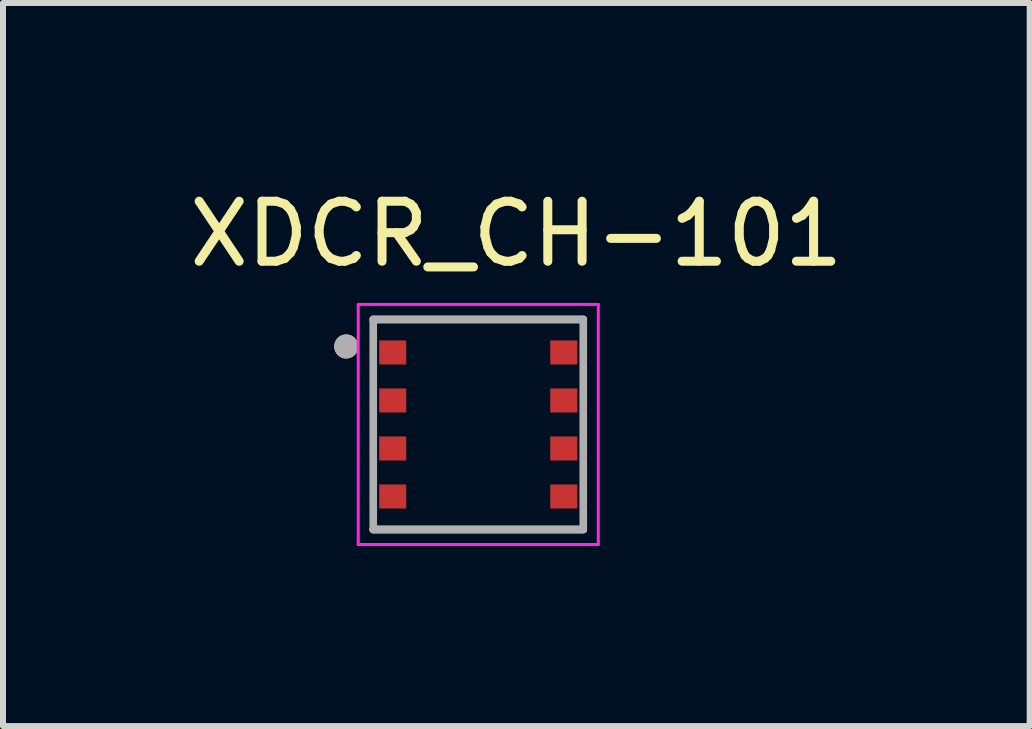
<source format=kicad_pcb>
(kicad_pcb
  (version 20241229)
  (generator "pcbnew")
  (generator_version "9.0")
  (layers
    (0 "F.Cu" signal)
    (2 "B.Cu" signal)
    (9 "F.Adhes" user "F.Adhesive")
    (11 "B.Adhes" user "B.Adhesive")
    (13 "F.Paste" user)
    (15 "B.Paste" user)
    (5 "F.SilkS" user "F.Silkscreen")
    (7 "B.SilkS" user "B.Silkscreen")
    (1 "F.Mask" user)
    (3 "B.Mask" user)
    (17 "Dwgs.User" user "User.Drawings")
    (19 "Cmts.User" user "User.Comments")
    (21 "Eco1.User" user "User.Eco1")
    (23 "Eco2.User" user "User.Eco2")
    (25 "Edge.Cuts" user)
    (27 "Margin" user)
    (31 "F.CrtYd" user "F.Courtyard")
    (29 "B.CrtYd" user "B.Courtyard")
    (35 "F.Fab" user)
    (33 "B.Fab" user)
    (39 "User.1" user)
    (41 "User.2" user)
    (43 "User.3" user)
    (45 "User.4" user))
  (footprint "XDCR_CH-101"
    (layer "F.Cu")
    (at 4.919 4.023)
    (property "Reference" "XDCR_CH-101" (at 0.635 -3.175 0) (layer "F.SilkS") (effects (font (size 1 1) (thickness 0.15))))
    (attr smd)
    (fp_poly (pts (xy -1.7 -1.45) (xy -1.15 -1.45) (xy -1.15 -0.95) (xy -1.7 -0.95)) (stroke (width 0.01) (type solid)) (fill yes) (layer "F.Mask"))
    (fp_poly (pts (xy -1.7 -0.65) (xy -1.15 -0.65) (xy -1.15 -0.15) (xy -1.7 -0.15)) (stroke (width 0.01) (type solid)) (fill yes) (layer "F.Mask"))
    (fp_poly (pts (xy -1.7 0.15) (xy -1.15 0.15) (xy -1.15 0.65) (xy -1.7 0.65)) (stroke (width 0.01) (type solid)) (fill yes) (layer "F.Mask"))
    (fp_poly (pts (xy -1.7 0.95) (xy -1.15 0.95) (xy -1.15 1.45) (xy -1.7 1.45)) (stroke (width 0.01) (type solid)) (fill yes) (layer "F.Mask"))
    (fp_poly (pts (xy 1.15 -1.45) (xy 1.7 -1.45) (xy 1.7 -0.95) (xy 1.15 -0.95)) (stroke (width 0.01) (type solid)) (fill yes) (layer "F.Mask"))
    (fp_poly (pts (xy 1.15 -0.65) (xy 1.7 -0.65) (xy 1.7 -0.15) (xy 1.15 -0.15)) (stroke (width 0.01) (type solid)) (fill yes) (layer "F.Mask"))
    (fp_poly (pts (xy 1.15 0.15) (xy 1.7 0.15) (xy 1.7 0.65) (xy 1.15 0.65)) (stroke (width 0.01) (type solid)) (fill yes) (layer "F.Mask"))
    (fp_poly (pts (xy 1.15 0.95) (xy 1.7 0.95) (xy 1.7 1.45) (xy 1.15 1.45)) (stroke (width 0.01) (type solid)) (fill yes) (layer "F.Mask"))
    (fp_line (start -1.75 -1.75) (end 1.75 -1.75) (stroke (width 0.127) (type solid)) (layer "F.SilkS"))
    (fp_line (start 1.75 1.75) (end -1.75 1.75) (stroke (width 0.127) (type solid)) (layer "F.SilkS"))
    (fp_circle (center -2.2 -1.3) (end -2.1 -1.3) (stroke (width 0.2) (type solid)) (fill no) (layer "F.SilkS"))
    (fp_line (start -2 -2) (end 2 -2) (stroke (width 0.05) (type solid)) (layer "F.CrtYd"))
    (fp_line (start -2 2) (end -2 -2) (stroke (width 0.05) (type solid)) (layer "F.CrtYd"))
    (fp_line (start 2 -2) (end 2 2) (stroke (width 0.05) (type solid)) (layer "F.CrtYd"))
    (fp_line (start 2 2) (end -2 2) (stroke (width 0.05) (type solid)) (layer "F.CrtYd"))
    (fp_line (start -1.75 -1.75) (end 1.75 -1.75) (stroke (width 0.127) (type solid)) (layer "F.Fab"))
    (fp_line (start -1.75 1.75) (end -1.75 -1.75) (stroke (width 0.127) (type solid)) (layer "F.Fab"))
    (fp_line (start 1.75 -1.75) (end 1.75 1.75) (stroke (width 0.127) (type solid)) (layer "F.Fab"))
    (fp_line (start 1.75 1.75) (end -1.75 1.75) (stroke (width 0.127) (type solid)) (layer "F.Fab"))
    (fp_circle (center -2.2 -1.3) (end -2.1 -1.3) (stroke (width 0.2) (type solid)) (fill no) (layer "F.Fab"))
    (pad "1" smd rect (at -1.425 -1.2) (size 0.45 0.4) (layers "F.Cu" "F.Paste"))
    (pad "2" smd rect (at -1.425 -0.4) (size 0.45 0.4) (layers "F.Cu" "F.Paste"))
    (pad "3" smd rect (at -1.425 0.4) (size 0.45 0.4) (layers "F.Cu" "F.Paste"))
    (pad "4" smd rect (at -1.425 1.2) (size 0.45 0.4) (layers "F.Cu" "F.Paste"))
    (pad "5" smd rect (at 1.425 1.2) (size 0.45 0.4) (layers "F.Cu" "F.Paste"))
    (pad "6" smd rect (at 1.425 0.4) (size 0.45 0.4) (layers "F.Cu" "F.Paste"))
    (pad "7" smd rect (at 1.425 -0.4) (size 0.45 0.4) (layers "F.Cu" "F.Paste"))
    (pad "8" smd rect (at 1.425 -1.2) (size 0.45 0.4) (layers "F.Cu" "F.Paste")))
  (gr_rect
    (start -3 -3)
    (end 14.107 9.048)
    (stroke (width 0.1) (type default))
    (fill no)
    (layer "Edge.Cuts")))
</source>
